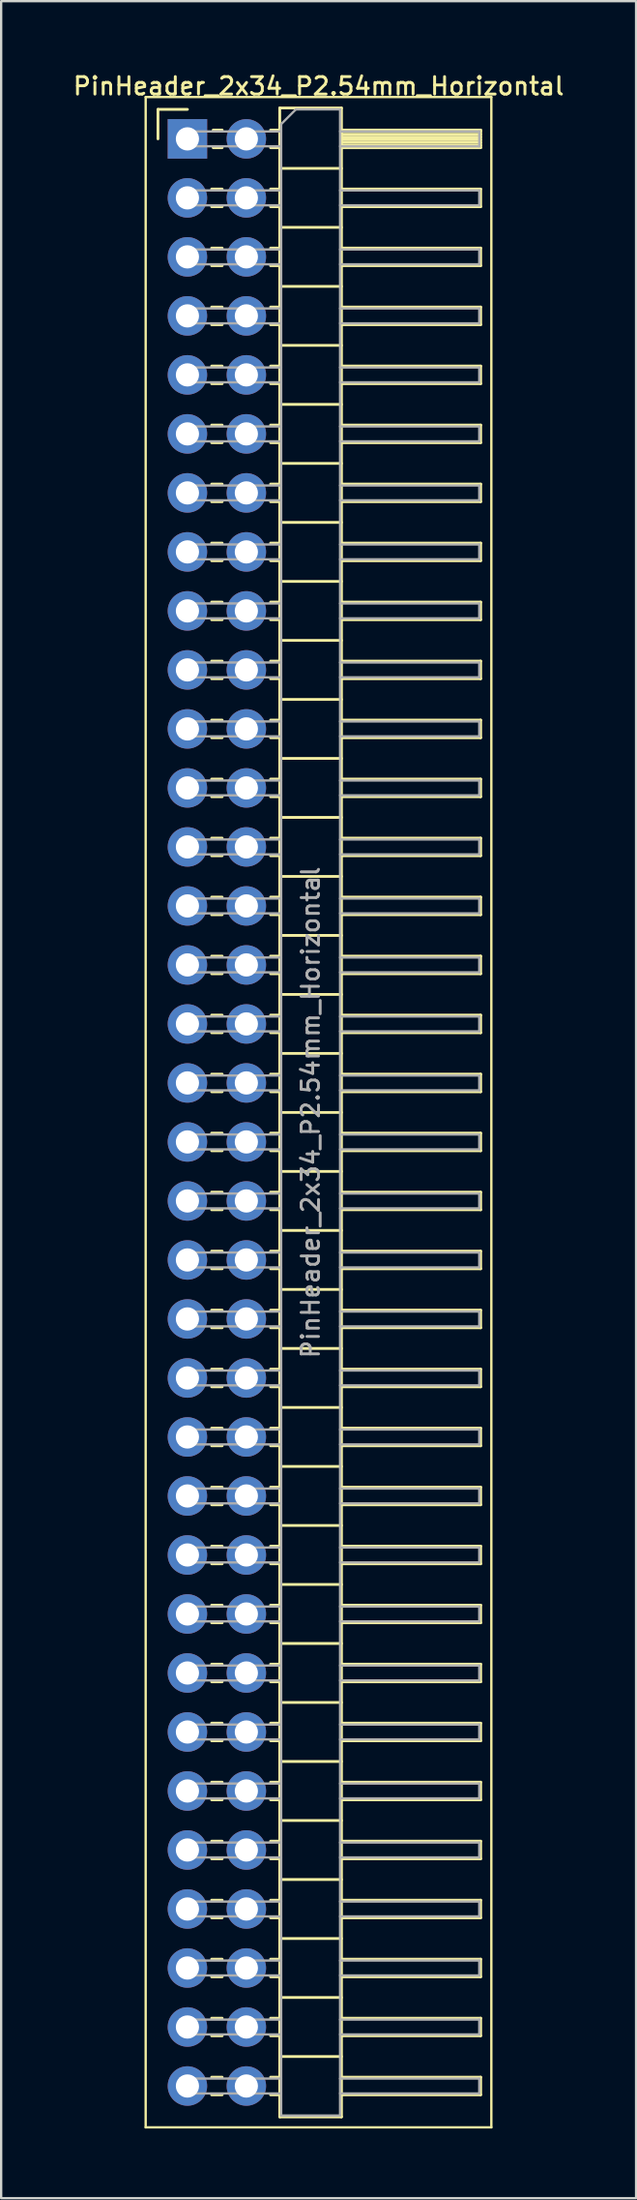
<source format=kicad_pcb>
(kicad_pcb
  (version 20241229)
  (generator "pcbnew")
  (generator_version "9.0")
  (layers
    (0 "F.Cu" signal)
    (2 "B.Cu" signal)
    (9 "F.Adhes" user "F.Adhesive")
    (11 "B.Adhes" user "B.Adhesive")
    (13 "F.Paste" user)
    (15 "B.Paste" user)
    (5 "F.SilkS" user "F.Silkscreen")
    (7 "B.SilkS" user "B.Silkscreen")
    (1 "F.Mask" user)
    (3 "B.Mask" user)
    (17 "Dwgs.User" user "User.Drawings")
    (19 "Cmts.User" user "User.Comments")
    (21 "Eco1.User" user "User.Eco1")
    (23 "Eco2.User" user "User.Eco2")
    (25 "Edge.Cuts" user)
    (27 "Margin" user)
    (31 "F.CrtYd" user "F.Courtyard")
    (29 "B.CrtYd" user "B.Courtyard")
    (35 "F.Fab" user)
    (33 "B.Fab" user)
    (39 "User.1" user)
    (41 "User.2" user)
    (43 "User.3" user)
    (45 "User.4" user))
  (footprint "PinHeader_2x34_P2.54mm_Horizontal"
    (layer "F.Cu")
    (at 5.029 2.928)
    (property "Reference" "PinHeader_2x34_P2.54mm_Horizontal" (at 5.655 -2.27 0) (layer "F.SilkS") (effects (font (size 0.75 0.75) (thickness 0.125))))
    (attr through_hole)
    (fp_line (start -1.8 -1.8) (end -1.8 85.6) (stroke (width 0.1) (type solid)) (layer "F.SilkS"))
    (fp_line (start -1.8 85.6) (end 13.1 85.6) (stroke (width 0.1) (type solid)) (layer "F.SilkS"))
    (fp_line (start -1.27 -1.27) (end 0 -1.27) (stroke (width 0.12) (type solid)) (layer "F.SilkS"))
    (fp_line (start -1.27 0) (end -1.27 -1.27) (stroke (width 0.12) (type solid)) (layer "F.SilkS"))
    (fp_line (start 1.043 2.16) (end 1.497 2.16) (stroke (width 0.12) (type solid)) (layer "F.SilkS"))
    (fp_line (start 1.043 2.92) (end 1.497 2.92) (stroke (width 0.12) (type solid)) (layer "F.SilkS"))
    (fp_line (start 1.043 4.7) (end 1.497 4.7) (stroke (width 0.12) (type solid)) (layer "F.SilkS"))
    (fp_line (start 1.043 5.46) (end 1.497 5.46) (stroke (width 0.12) (type solid)) (layer "F.SilkS"))
    (fp_line (start 1.043 7.24) (end 1.497 7.24) (stroke (width 0.12) (type solid)) (layer "F.SilkS"))
    (fp_line (start 1.043 8) (end 1.497 8) (stroke (width 0.12) (type solid)) (layer "F.SilkS"))
    (fp_line (start 1.043 9.78) (end 1.497 9.78) (stroke (width 0.12) (type solid)) (layer "F.SilkS"))
    (fp_line (start 1.043 10.54) (end 1.497 10.54) (stroke (width 0.12) (type solid)) (layer "F.SilkS"))
    (fp_line (start 1.043 12.32) (end 1.497 12.32) (stroke (width 0.12) (type solid)) (layer "F.SilkS"))
    (fp_line (start 1.043 13.08) (end 1.497 13.08) (stroke (width 0.12) (type solid)) (layer "F.SilkS"))
    (fp_line (start 1.043 14.86) (end 1.497 14.86) (stroke (width 0.12) (type solid)) (layer "F.SilkS"))
    (fp_line (start 1.043 15.62) (end 1.497 15.62) (stroke (width 0.12) (type solid)) (layer "F.SilkS"))
    (fp_line (start 1.043 17.4) (end 1.497 17.4) (stroke (width 0.12) (type solid)) (layer "F.SilkS"))
    (fp_line (start 1.043 18.16) (end 1.497 18.16) (stroke (width 0.12) (type solid)) (layer "F.SilkS"))
    (fp_line (start 1.043 19.94) (end 1.497 19.94) (stroke (width 0.12) (type solid)) (layer "F.SilkS"))
    (fp_line (start 1.043 20.7) (end 1.497 20.7) (stroke (width 0.12) (type solid)) (layer "F.SilkS"))
    (fp_line (start 1.043 22.48) (end 1.497 22.48) (stroke (width 0.12) (type solid)) (layer "F.SilkS"))
    (fp_line (start 1.043 23.24) (end 1.497 23.24) (stroke (width 0.12) (type solid)) (layer "F.SilkS"))
    (fp_line (start 1.043 25.02) (end 1.497 25.02) (stroke (width 0.12) (type solid)) (layer "F.SilkS"))
    (fp_line (start 1.043 25.78) (end 1.497 25.78) (stroke (width 0.12) (type solid)) (layer "F.SilkS"))
    (fp_line (start 1.043 27.56) (end 1.497 27.56) (stroke (width 0.12) (type solid)) (layer "F.SilkS"))
    (fp_line (start 1.043 28.32) (end 1.497 28.32) (stroke (width 0.12) (type solid)) (layer "F.SilkS"))
    (fp_line (start 1.043 30.1) (end 1.497 30.1) (stroke (width 0.12) (type solid)) (layer "F.SilkS"))
    (fp_line (start 1.043 30.86) (end 1.497 30.86) (stroke (width 0.12) (type solid)) (layer "F.SilkS"))
    (fp_line (start 1.043 32.64) (end 1.497 32.64) (stroke (width 0.12) (type solid)) (layer "F.SilkS"))
    (fp_line (start 1.043 33.4) (end 1.497 33.4) (stroke (width 0.12) (type solid)) (layer "F.SilkS"))
    (fp_line (start 1.043 35.18) (end 1.497 35.18) (stroke (width 0.12) (type solid)) (layer "F.SilkS"))
    (fp_line (start 1.043 35.94) (end 1.497 35.94) (stroke (width 0.12) (type solid)) (layer "F.SilkS"))
    (fp_line (start 1.043 37.72) (end 1.497 37.72) (stroke (width 0.12) (type solid)) (layer "F.SilkS"))
    (fp_line (start 1.043 38.48) (end 1.497 38.48) (stroke (width 0.12) (type solid)) (layer "F.SilkS"))
    (fp_line (start 1.043 40.26) (end 1.497 40.26) (stroke (width 0.12) (type solid)) (layer "F.SilkS"))
    (fp_line (start 1.043 41.02) (end 1.497 41.02) (stroke (width 0.12) (type solid)) (layer "F.SilkS"))
    (fp_line (start 1.043 42.8) (end 1.497 42.8) (stroke (width 0.12) (type solid)) (layer "F.SilkS"))
    (fp_line (start 1.043 43.56) (end 1.497 43.56) (stroke (width 0.12) (type solid)) (layer "F.SilkS"))
    (fp_line (start 1.043 45.34) (end 1.497 45.34) (stroke (width 0.12) (type solid)) (layer "F.SilkS"))
    (fp_line (start 1.043 46.1) (end 1.497 46.1) (stroke (width 0.12) (type solid)) (layer "F.SilkS"))
    (fp_line (start 1.043 47.88) (end 1.497 47.88) (stroke (width 0.12) (type solid)) (layer "F.SilkS"))
    (fp_line (start 1.043 48.64) (end 1.497 48.64) (stroke (width 0.12) (type solid)) (layer "F.SilkS"))
    (fp_line (start 1.043 50.42) (end 1.497 50.42) (stroke (width 0.12) (type solid)) (layer "F.SilkS"))
    (fp_line (start 1.043 51.18) (end 1.497 51.18) (stroke (width 0.12) (type solid)) (layer "F.SilkS"))
    (fp_line (start 1.043 52.96) (end 1.497 52.96) (stroke (width 0.12) (type solid)) (layer "F.SilkS"))
    (fp_line (start 1.043 53.72) (end 1.497 53.72) (stroke (width 0.12) (type solid)) (layer "F.SilkS"))
    (fp_line (start 1.043 55.5) (end 1.497 55.5) (stroke (width 0.12) (type solid)) (layer "F.SilkS"))
    (fp_line (start 1.043 56.26) (end 1.497 56.26) (stroke (width 0.12) (type solid)) (layer "F.SilkS"))
    (fp_line (start 1.043 58.04) (end 1.497 58.04) (stroke (width 0.12) (type solid)) (layer "F.SilkS"))
    (fp_line (start 1.043 58.8) (end 1.497 58.8) (stroke (width 0.12) (type solid)) (layer "F.SilkS"))
    (fp_line (start 1.043 60.58) (end 1.497 60.58) (stroke (width 0.12) (type solid)) (layer "F.SilkS"))
    (fp_line (start 1.043 61.34) (end 1.497 61.34) (stroke (width 0.12) (type solid)) (layer "F.SilkS"))
    (fp_line (start 1.043 63.12) (end 1.497 63.12) (stroke (width 0.12) (type solid)) (layer "F.SilkS"))
    (fp_line (start 1.043 63.88) (end 1.497 63.88) (stroke (width 0.12) (type solid)) (layer "F.SilkS"))
    (fp_line (start 1.043 65.66) (end 1.497 65.66) (stroke (width 0.12) (type solid)) (layer "F.SilkS"))
    (fp_line (start 1.043 66.42) (end 1.497 66.42) (stroke (width 0.12) (type solid)) (layer "F.SilkS"))
    (fp_line (start 1.043 68.2) (end 1.497 68.2) (stroke (width 0.12) (type solid)) (layer "F.SilkS"))
    (fp_line (start 1.043 68.96) (end 1.497 68.96) (stroke (width 0.12) (type solid)) (layer "F.SilkS"))
    (fp_line (start 1.043 70.74) (end 1.497 70.74) (stroke (width 0.12) (type solid)) (layer "F.SilkS"))
    (fp_line (start 1.043 71.5) (end 1.497 71.5) (stroke (width 0.12) (type solid)) (layer "F.SilkS"))
    (fp_line (start 1.043 73.28) (end 1.497 73.28) (stroke (width 0.12) (type solid)) (layer "F.SilkS"))
    (fp_line (start 1.043 74.04) (end 1.497 74.04) (stroke (width 0.12) (type solid)) (layer "F.SilkS"))
    (fp_line (start 1.043 75.82) (end 1.497 75.82) (stroke (width 0.12) (type solid)) (layer "F.SilkS"))
    (fp_line (start 1.043 76.58) (end 1.497 76.58) (stroke (width 0.12) (type solid)) (layer "F.SilkS"))
    (fp_line (start 1.043 78.36) (end 1.497 78.36) (stroke (width 0.12) (type solid)) (layer "F.SilkS"))
    (fp_line (start 1.043 79.12) (end 1.497 79.12) (stroke (width 0.12) (type solid)) (layer "F.SilkS"))
    (fp_line (start 1.043 80.9) (end 1.497 80.9) (stroke (width 0.12) (type solid)) (layer "F.SilkS"))
    (fp_line (start 1.043 81.66) (end 1.497 81.66) (stroke (width 0.12) (type solid)) (layer "F.SilkS"))
    (fp_line (start 1.043 83.44) (end 1.497 83.44) (stroke (width 0.12) (type solid)) (layer "F.SilkS"))
    (fp_line (start 1.043 84.2) (end 1.497 84.2) (stroke (width 0.12) (type solid)) (layer "F.SilkS"))
    (fp_line (start 1.11 -0.38) (end 1.497 -0.38) (stroke (width 0.12) (type solid)) (layer "F.SilkS"))
    (fp_line (start 1.11 0.38) (end 1.497 0.38) (stroke (width 0.12) (type solid)) (layer "F.SilkS"))
    (fp_line (start 3.583 -0.38) (end 3.98 -0.38) (stroke (width 0.12) (type solid)) (layer "F.SilkS"))
    (fp_line (start 3.583 0.38) (end 3.98 0.38) (stroke (width 0.12) (type solid)) (layer "F.SilkS"))
    (fp_line (start 3.583 2.16) (end 3.98 2.16) (stroke (width 0.12) (type solid)) (layer "F.SilkS"))
    (fp_line (start 3.583 2.92) (end 3.98 2.92) (stroke (width 0.12) (type solid)) (layer "F.SilkS"))
    (fp_line (start 3.583 4.7) (end 3.98 4.7) (stroke (width 0.12) (type solid)) (layer "F.SilkS"))
    (fp_line (start 3.583 5.46) (end 3.98 5.46) (stroke (width 0.12) (type solid)) (layer "F.SilkS"))
    (fp_line (start 3.583 7.24) (end 3.98 7.24) (stroke (width 0.12) (type solid)) (layer "F.SilkS"))
    (fp_line (start 3.583 8) (end 3.98 8) (stroke (width 0.12) (type solid)) (layer "F.SilkS"))
    (fp_line (start 3.583 9.78) (end 3.98 9.78) (stroke (width 0.12) (type solid)) (layer "F.SilkS"))
    (fp_line (start 3.583 10.54) (end 3.98 10.54) (stroke (width 0.12) (type solid)) (layer "F.SilkS"))
    (fp_line (start 3.583 12.32) (end 3.98 12.32) (stroke (width 0.12) (type solid)) (layer "F.SilkS"))
    (fp_line (start 3.583 13.08) (end 3.98 13.08) (stroke (width 0.12) (type solid)) (layer "F.SilkS"))
    (fp_line (start 3.583 14.86) (end 3.98 14.86) (stroke (width 0.12) (type solid)) (layer "F.SilkS"))
    (fp_line (start 3.583 15.62) (end 3.98 15.62) (stroke (width 0.12) (type solid)) (layer "F.SilkS"))
    (fp_line (start 3.583 17.4) (end 3.98 17.4) (stroke (width 0.12) (type solid)) (layer "F.SilkS"))
    (fp_line (start 3.583 18.16) (end 3.98 18.16) (stroke (width 0.12) (type solid)) (layer "F.SilkS"))
    (fp_line (start 3.583 19.94) (end 3.98 19.94) (stroke (width 0.12) (type solid)) (layer "F.SilkS"))
    (fp_line (start 3.583 20.7) (end 3.98 20.7) (stroke (width 0.12) (type solid)) (layer "F.SilkS"))
    (fp_line (start 3.583 22.48) (end 3.98 22.48) (stroke (width 0.12) (type solid)) (layer "F.SilkS"))
    (fp_line (start 3.583 23.24) (end 3.98 23.24) (stroke (width 0.12) (type solid)) (layer "F.SilkS"))
    (fp_line (start 3.583 25.02) (end 3.98 25.02) (stroke (width 0.12) (type solid)) (layer "F.SilkS"))
    (fp_line (start 3.583 25.78) (end 3.98 25.78) (stroke (width 0.12) (type solid)) (layer "F.SilkS"))
    (fp_line (start 3.583 27.56) (end 3.98 27.56) (stroke (width 0.12) (type solid)) (layer "F.SilkS"))
    (fp_line (start 3.583 28.32) (end 3.98 28.32) (stroke (width 0.12) (type solid)) (layer "F.SilkS"))
    (fp_line (start 3.583 30.1) (end 3.98 30.1) (stroke (width 0.12) (type solid)) (layer "F.SilkS"))
    (fp_line (start 3.583 30.86) (end 3.98 30.86) (stroke (width 0.12) (type solid)) (layer "F.SilkS"))
    (fp_line (start 3.583 32.64) (end 3.98 32.64) (stroke (width 0.12) (type solid)) (layer "F.SilkS"))
    (fp_line (start 3.583 33.4) (end 3.98 33.4) (stroke (width 0.12) (type solid)) (layer "F.SilkS"))
    (fp_line (start 3.583 35.18) (end 3.98 35.18) (stroke (width 0.12) (type solid)) (layer "F.SilkS"))
    (fp_line (start 3.583 35.94) (end 3.98 35.94) (stroke (width 0.12) (type solid)) (layer "F.SilkS"))
    (fp_line (start 3.583 37.72) (end 3.98 37.72) (stroke (width 0.12) (type solid)) (layer "F.SilkS"))
    (fp_line (start 3.583 38.48) (end 3.98 38.48) (stroke (width 0.12) (type solid)) (layer "F.SilkS"))
    (fp_line (start 3.583 40.26) (end 3.98 40.26) (stroke (width 0.12) (type solid)) (layer "F.SilkS"))
    (fp_line (start 3.583 41.02) (end 3.98 41.02) (stroke (width 0.12) (type solid)) (layer "F.SilkS"))
    (fp_line (start 3.583 42.8) (end 3.98 42.8) (stroke (width 0.12) (type solid)) (layer "F.SilkS"))
    (fp_line (start 3.583 43.56) (end 3.98 43.56) (stroke (width 0.12) (type solid)) (layer "F.SilkS"))
    (fp_line (start 3.583 45.34) (end 3.98 45.34) (stroke (width 0.12) (type solid)) (layer "F.SilkS"))
    (fp_line (start 3.583 46.1) (end 3.98 46.1) (stroke (width 0.12) (type solid)) (layer "F.SilkS"))
    (fp_line (start 3.583 47.88) (end 3.98 47.88) (stroke (width 0.12) (type solid)) (layer "F.SilkS"))
    (fp_line (start 3.583 48.64) (end 3.98 48.64) (stroke (width 0.12) (type solid)) (layer "F.SilkS"))
    (fp_line (start 3.583 50.42) (end 3.98 50.42) (stroke (width 0.12) (type solid)) (layer "F.SilkS"))
    (fp_line (start 3.583 51.18) (end 3.98 51.18) (stroke (width 0.12) (type solid)) (layer "F.SilkS"))
    (fp_line (start 3.583 52.96) (end 3.98 52.96) (stroke (width 0.12) (type solid)) (layer "F.SilkS"))
    (fp_line (start 3.583 53.72) (end 3.98 53.72) (stroke (width 0.12) (type solid)) (layer "F.SilkS"))
    (fp_line (start 3.583 55.5) (end 3.98 55.5) (stroke (width 0.12) (type solid)) (layer "F.SilkS"))
    (fp_line (start 3.583 56.26) (end 3.98 56.26) (stroke (width 0.12) (type solid)) (layer "F.SilkS"))
    (fp_line (start 3.583 58.04) (end 3.98 58.04) (stroke (width 0.12) (type solid)) (layer "F.SilkS"))
    (fp_line (start 3.583 58.8) (end 3.98 58.8) (stroke (width 0.12) (type solid)) (layer "F.SilkS"))
    (fp_line (start 3.583 60.58) (end 3.98 60.58) (stroke (width 0.12) (type solid)) (layer "F.SilkS"))
    (fp_line (start 3.583 61.34) (end 3.98 61.34) (stroke (width 0.12) (type solid)) (layer "F.SilkS"))
    (fp_line (start 3.583 63.12) (end 3.98 63.12) (stroke (width 0.12) (type solid)) (layer "F.SilkS"))
    (fp_line (start 3.583 63.88) (end 3.98 63.88) (stroke (width 0.12) (type solid)) (layer "F.SilkS"))
    (fp_line (start 3.583 65.66) (end 3.98 65.66) (stroke (width 0.12) (type solid)) (layer "F.SilkS"))
    (fp_line (start 3.583 66.42) (end 3.98 66.42) (stroke (width 0.12) (type solid)) (layer "F.SilkS"))
    (fp_line (start 3.583 68.2) (end 3.98 68.2) (stroke (width 0.12) (type solid)) (layer "F.SilkS"))
    (fp_line (start 3.583 68.96) (end 3.98 68.96) (stroke (width 0.12) (type solid)) (layer "F.SilkS"))
    (fp_line (start 3.583 70.74) (end 3.98 70.74) (stroke (width 0.12) (type solid)) (layer "F.SilkS"))
    (fp_line (start 3.583 71.5) (end 3.98 71.5) (stroke (width 0.12) (type solid)) (layer "F.SilkS"))
    (fp_line (start 3.583 73.28) (end 3.98 73.28) (stroke (width 0.12) (type solid)) (layer "F.SilkS"))
    (fp_line (start 3.583 74.04) (end 3.98 74.04) (stroke (width 0.12) (type solid)) (layer "F.SilkS"))
    (fp_line (start 3.583 75.82) (end 3.98 75.82) (stroke (width 0.12) (type solid)) (layer "F.SilkS"))
    (fp_line (start 3.583 76.58) (end 3.98 76.58) (stroke (width 0.12) (type solid)) (layer "F.SilkS"))
    (fp_line (start 3.583 78.36) (end 3.98 78.36) (stroke (width 0.12) (type solid)) (layer "F.SilkS"))
    (fp_line (start 3.583 79.12) (end 3.98 79.12) (stroke (width 0.12) (type solid)) (layer "F.SilkS"))
    (fp_line (start 3.583 80.9) (end 3.98 80.9) (stroke (width 0.12) (type solid)) (layer "F.SilkS"))
    (fp_line (start 3.583 81.66) (end 3.98 81.66) (stroke (width 0.12) (type solid)) (layer "F.SilkS"))
    (fp_line (start 3.583 83.44) (end 3.98 83.44) (stroke (width 0.12) (type solid)) (layer "F.SilkS"))
    (fp_line (start 3.583 84.2) (end 3.98 84.2) (stroke (width 0.12) (type solid)) (layer "F.SilkS"))
    (fp_line (start 3.98 -1.33) (end 3.98 85.15) (stroke (width 0.12) (type solid)) (layer "F.SilkS"))
    (fp_line (start 3.98 1.27) (end 6.64 1.27) (stroke (width 0.12) (type solid)) (layer "F.SilkS"))
    (fp_line (start 3.98 3.81) (end 6.64 3.81) (stroke (width 0.12) (type solid)) (layer "F.SilkS"))
    (fp_line (start 3.98 6.35) (end 6.64 6.35) (stroke (width 0.12) (type solid)) (layer "F.SilkS"))
    (fp_line (start 3.98 8.89) (end 6.64 8.89) (stroke (width 0.12) (type solid)) (layer "F.SilkS"))
    (fp_line (start 3.98 11.43) (end 6.64 11.43) (stroke (width 0.12) (type solid)) (layer "F.SilkS"))
    (fp_line (start 3.98 13.97) (end 6.64 13.97) (stroke (width 0.12) (type solid)) (layer "F.SilkS"))
    (fp_line (start 3.98 16.51) (end 6.64 16.51) (stroke (width 0.12) (type solid)) (layer "F.SilkS"))
    (fp_line (start 3.98 19.05) (end 6.64 19.05) (stroke (width 0.12) (type solid)) (layer "F.SilkS"))
    (fp_line (start 3.98 21.59) (end 6.64 21.59) (stroke (width 0.12) (type solid)) (layer "F.SilkS"))
    (fp_line (start 3.98 24.13) (end 6.64 24.13) (stroke (width 0.12) (type solid)) (layer "F.SilkS"))
    (fp_line (start 3.98 26.67) (end 6.64 26.67) (stroke (width 0.12) (type solid)) (layer "F.SilkS"))
    (fp_line (start 3.98 29.21) (end 6.64 29.21) (stroke (width 0.12) (type solid)) (layer "F.SilkS"))
    (fp_line (start 3.98 31.75) (end 6.64 31.75) (stroke (width 0.12) (type solid)) (layer "F.SilkS"))
    (fp_line (start 3.98 34.29) (end 6.64 34.29) (stroke (width 0.12) (type solid)) (layer "F.SilkS"))
    (fp_line (start 3.98 36.83) (end 6.64 36.83) (stroke (width 0.12) (type solid)) (layer "F.SilkS"))
    (fp_line (start 3.98 39.37) (end 6.64 39.37) (stroke (width 0.12) (type solid)) (layer "F.SilkS"))
    (fp_line (start 3.98 41.91) (end 6.64 41.91) (stroke (width 0.12) (type solid)) (layer "F.SilkS"))
    (fp_line (start 3.98 44.45) (end 6.64 44.45) (stroke (width 0.12) (type solid)) (layer "F.SilkS"))
    (fp_line (start 3.98 46.99) (end 6.64 46.99) (stroke (width 0.12) (type solid)) (layer "F.SilkS"))
    (fp_line (start 3.98 49.53) (end 6.64 49.53) (stroke (width 0.12) (type solid)) (layer "F.SilkS"))
    (fp_line (start 3.98 52.07) (end 6.64 52.07) (stroke (width 0.12) (type solid)) (layer "F.SilkS"))
    (fp_line (start 3.98 54.61) (end 6.64 54.61) (stroke (width 0.12) (type solid)) (layer "F.SilkS"))
    (fp_line (start 3.98 57.15) (end 6.64 57.15) (stroke (width 0.12) (type solid)) (layer "F.SilkS"))
    (fp_line (start 3.98 59.69) (end 6.64 59.69) (stroke (width 0.12) (type solid)) (layer "F.SilkS"))
    (fp_line (start 3.98 62.23) (end 6.64 62.23) (stroke (width 0.12) (type solid)) (layer "F.SilkS"))
    (fp_line (start 3.98 64.77) (end 6.64 64.77) (stroke (width 0.12) (type solid)) (layer "F.SilkS"))
    (fp_line (start 3.98 67.31) (end 6.64 67.31) (stroke (width 0.12) (type solid)) (layer "F.SilkS"))
    (fp_line (start 3.98 69.85) (end 6.64 69.85) (stroke (width 0.12) (type solid)) (layer "F.SilkS"))
    (fp_line (start 3.98 72.39) (end 6.64 72.39) (stroke (width 0.12) (type solid)) (layer "F.SilkS"))
    (fp_line (start 3.98 74.93) (end 6.64 74.93) (stroke (width 0.12) (type solid)) (layer "F.SilkS"))
    (fp_line (start 3.98 77.47) (end 6.64 77.47) (stroke (width 0.12) (type solid)) (layer "F.SilkS"))
    (fp_line (start 3.98 80.01) (end 6.64 80.01) (stroke (width 0.12) (type solid)) (layer "F.SilkS"))
    (fp_line (start 3.98 82.55) (end 6.64 82.55) (stroke (width 0.12) (type solid)) (layer "F.SilkS"))
    (fp_line (start 3.98 85.15) (end 6.64 85.15) (stroke (width 0.12) (type solid)) (layer "F.SilkS"))
    (fp_line (start 6.64 -1.33) (end 3.98 -1.33) (stroke (width 0.12) (type solid)) (layer "F.SilkS"))
    (fp_line (start 6.64 -0.38) (end 12.64 -0.38) (stroke (width 0.12) (type solid)) (layer "F.SilkS"))
    (fp_line (start 6.64 -0.32) (end 12.64 -0.32) (stroke (width 0.12) (type solid)) (layer "F.SilkS"))
    (fp_line (start 6.64 -0.2) (end 12.64 -0.2) (stroke (width 0.12) (type solid)) (layer "F.SilkS"))
    (fp_line (start 6.64 -0.08) (end 12.64 -0.08) (stroke (width 0.12) (type solid)) (layer "F.SilkS"))
    (fp_line (start 6.64 0.04) (end 12.64 0.04) (stroke (width 0.12) (type solid)) (layer "F.SilkS"))
    (fp_line (start 6.64 0.16) (end 12.64 0.16) (stroke (width 0.12) (type solid)) (layer "F.SilkS"))
    (fp_line (start 6.64 0.28) (end 12.64 0.28) (stroke (width 0.12) (type solid)) (layer "F.SilkS"))
    (fp_line (start 6.64 2.16) (end 12.64 2.16) (stroke (width 0.12) (type solid)) (layer "F.SilkS"))
    (fp_line (start 6.64 4.7) (end 12.64 4.7) (stroke (width 0.12) (type solid)) (layer "F.SilkS"))
    (fp_line (start 6.64 7.24) (end 12.64 7.24) (stroke (width 0.12) (type solid)) (layer "F.SilkS"))
    (fp_line (start 6.64 9.78) (end 12.64 9.78) (stroke (width 0.12) (type solid)) (layer "F.SilkS"))
    (fp_line (start 6.64 12.32) (end 12.64 12.32) (stroke (width 0.12) (type solid)) (layer "F.SilkS"))
    (fp_line (start 6.64 14.86) (end 12.64 14.86) (stroke (width 0.12) (type solid)) (layer "F.SilkS"))
    (fp_line (start 6.64 17.4) (end 12.64 17.4) (stroke (width 0.12) (type solid)) (layer "F.SilkS"))
    (fp_line (start 6.64 19.94) (end 12.64 19.94) (stroke (width 0.12) (type solid)) (layer "F.SilkS"))
    (fp_line (start 6.64 22.48) (end 12.64 22.48) (stroke (width 0.12) (type solid)) (layer "F.SilkS"))
    (fp_line (start 6.64 25.02) (end 12.64 25.02) (stroke (width 0.12) (type solid)) (layer "F.SilkS"))
    (fp_line (start 6.64 27.56) (end 12.64 27.56) (stroke (width 0.12) (type solid)) (layer "F.SilkS"))
    (fp_line (start 6.64 30.1) (end 12.64 30.1) (stroke (width 0.12) (type solid)) (layer "F.SilkS"))
    (fp_line (start 6.64 32.64) (end 12.64 32.64) (stroke (width 0.12) (type solid)) (layer "F.SilkS"))
    (fp_line (start 6.64 35.18) (end 12.64 35.18) (stroke (width 0.12) (type solid)) (layer "F.SilkS"))
    (fp_line (start 6.64 37.72) (end 12.64 37.72) (stroke (width 0.12) (type solid)) (layer "F.SilkS"))
    (fp_line (start 6.64 40.26) (end 12.64 40.26) (stroke (width 0.12) (type solid)) (layer "F.SilkS"))
    (fp_line (start 6.64 42.8) (end 12.64 42.8) (stroke (width 0.12) (type solid)) (layer "F.SilkS"))
    (fp_line (start 6.64 45.34) (end 12.64 45.34) (stroke (width 0.12) (type solid)) (layer "F.SilkS"))
    (fp_line (start 6.64 47.88) (end 12.64 47.88) (stroke (width 0.12) (type solid)) (layer "F.SilkS"))
    (fp_line (start 6.64 50.42) (end 12.64 50.42) (stroke (width 0.12) (type solid)) (layer "F.SilkS"))
    (fp_line (start 6.64 52.96) (end 12.64 52.96) (stroke (width 0.12) (type solid)) (layer "F.SilkS"))
    (fp_line (start 6.64 55.5) (end 12.64 55.5) (stroke (width 0.12) (type solid)) (layer "F.SilkS"))
    (fp_line (start 6.64 58.04) (end 12.64 58.04) (stroke (width 0.12) (type solid)) (layer "F.SilkS"))
    (fp_line (start 6.64 60.58) (end 12.64 60.58) (stroke (width 0.12) (type solid)) (layer "F.SilkS"))
    (fp_line (start 6.64 63.12) (end 12.64 63.12) (stroke (width 0.12) (type solid)) (layer "F.SilkS"))
    (fp_line (start 6.64 65.66) (end 12.64 65.66) (stroke (width 0.12) (type solid)) (layer "F.SilkS"))
    (fp_line (start 6.64 68.2) (end 12.64 68.2) (stroke (width 0.12) (type solid)) (layer "F.SilkS"))
    (fp_line (start 6.64 70.74) (end 12.64 70.74) (stroke (width 0.12) (type solid)) (layer "F.SilkS"))
    (fp_line (start 6.64 73.28) (end 12.64 73.28) (stroke (width 0.12) (type solid)) (layer "F.SilkS"))
    (fp_line (start 6.64 75.82) (end 12.64 75.82) (stroke (width 0.12) (type solid)) (layer "F.SilkS"))
    (fp_line (start 6.64 78.36) (end 12.64 78.36) (stroke (width 0.12) (type solid)) (layer "F.SilkS"))
    (fp_line (start 6.64 80.9) (end 12.64 80.9) (stroke (width 0.12) (type solid)) (layer "F.SilkS"))
    (fp_line (start 6.64 83.44) (end 12.64 83.44) (stroke (width 0.12) (type solid)) (layer "F.SilkS"))
    (fp_line (start 6.64 85.15) (end 6.64 -1.33) (stroke (width 0.12) (type solid)) (layer "F.SilkS"))
    (fp_line (start 12.64 -0.38) (end 12.64 0.38) (stroke (width 0.12) (type solid)) (layer "F.SilkS"))
    (fp_line (start 12.64 0.38) (end 6.64 0.38) (stroke (width 0.12) (type solid)) (layer "F.SilkS"))
    (fp_line (start 12.64 2.16) (end 12.64 2.92) (stroke (width 0.12) (type solid)) (layer "F.SilkS"))
    (fp_line (start 12.64 2.92) (end 6.64 2.92) (stroke (width 0.12) (type solid)) (layer "F.SilkS"))
    (fp_line (start 12.64 4.7) (end 12.64 5.46) (stroke (width 0.12) (type solid)) (layer "F.SilkS"))
    (fp_line (start 12.64 5.46) (end 6.64 5.46) (stroke (width 0.12) (type solid)) (layer "F.SilkS"))
    (fp_line (start 12.64 7.24) (end 12.64 8) (stroke (width 0.12) (type solid)) (layer "F.SilkS"))
    (fp_line (start 12.64 8) (end 6.64 8) (stroke (width 0.12) (type solid)) (layer "F.SilkS"))
    (fp_line (start 12.64 9.78) (end 12.64 10.54) (stroke (width 0.12) (type solid)) (layer "F.SilkS"))
    (fp_line (start 12.64 10.54) (end 6.64 10.54) (stroke (width 0.12) (type solid)) (layer "F.SilkS"))
    (fp_line (start 12.64 12.32) (end 12.64 13.08) (stroke (width 0.12) (type solid)) (layer "F.SilkS"))
    (fp_line (start 12.64 13.08) (end 6.64 13.08) (stroke (width 0.12) (type solid)) (layer "F.SilkS"))
    (fp_line (start 12.64 14.86) (end 12.64 15.62) (stroke (width 0.12) (type solid)) (layer "F.SilkS"))
    (fp_line (start 12.64 15.62) (end 6.64 15.62) (stroke (width 0.12) (type solid)) (layer "F.SilkS"))
    (fp_line (start 12.64 17.4) (end 12.64 18.16) (stroke (width 0.12) (type solid)) (layer "F.SilkS"))
    (fp_line (start 12.64 18.16) (end 6.64 18.16) (stroke (width 0.12) (type solid)) (layer "F.SilkS"))
    (fp_line (start 12.64 19.94) (end 12.64 20.7) (stroke (width 0.12) (type solid)) (layer "F.SilkS"))
    (fp_line (start 12.64 20.7) (end 6.64 20.7) (stroke (width 0.12) (type solid)) (layer "F.SilkS"))
    (fp_line (start 12.64 22.48) (end 12.64 23.24) (stroke (width 0.12) (type solid)) (layer "F.SilkS"))
    (fp_line (start 12.64 23.24) (end 6.64 23.24) (stroke (width 0.12) (type solid)) (layer "F.SilkS"))
    (fp_line (start 12.64 25.02) (end 12.64 25.78) (stroke (width 0.12) (type solid)) (layer "F.SilkS"))
    (fp_line (start 12.64 25.78) (end 6.64 25.78) (stroke (width 0.12) (type solid)) (layer "F.SilkS"))
    (fp_line (start 12.64 27.56) (end 12.64 28.32) (stroke (width 0.12) (type solid)) (layer "F.SilkS"))
    (fp_line (start 12.64 28.32) (end 6.64 28.32) (stroke (width 0.12) (type solid)) (layer "F.SilkS"))
    (fp_line (start 12.64 30.1) (end 12.64 30.86) (stroke (width 0.12) (type solid)) (layer "F.SilkS"))
    (fp_line (start 12.64 30.86) (end 6.64 30.86) (stroke (width 0.12) (type solid)) (layer "F.SilkS"))
    (fp_line (start 12.64 32.64) (end 12.64 33.4) (stroke (width 0.12) (type solid)) (layer "F.SilkS"))
    (fp_line (start 12.64 33.4) (end 6.64 33.4) (stroke (width 0.12) (type solid)) (layer "F.SilkS"))
    (fp_line (start 12.64 35.18) (end 12.64 35.94) (stroke (width 0.12) (type solid)) (layer "F.SilkS"))
    (fp_line (start 12.64 35.94) (end 6.64 35.94) (stroke (width 0.12) (type solid)) (layer "F.SilkS"))
    (fp_line (start 12.64 37.72) (end 12.64 38.48) (stroke (width 0.12) (type solid)) (layer "F.SilkS"))
    (fp_line (start 12.64 38.48) (end 6.64 38.48) (stroke (width 0.12) (type solid)) (layer "F.SilkS"))
    (fp_line (start 12.64 40.26) (end 12.64 41.02) (stroke (width 0.12) (type solid)) (layer "F.SilkS"))
    (fp_line (start 12.64 41.02) (end 6.64 41.02) (stroke (width 0.12) (type solid)) (layer "F.SilkS"))
    (fp_line (start 12.64 42.8) (end 12.64 43.56) (stroke (width 0.12) (type solid)) (layer "F.SilkS"))
    (fp_line (start 12.64 43.56) (end 6.64 43.56) (stroke (width 0.12) (type solid)) (layer "F.SilkS"))
    (fp_line (start 12.64 45.34) (end 12.64 46.1) (stroke (width 0.12) (type solid)) (layer "F.SilkS"))
    (fp_line (start 12.64 46.1) (end 6.64 46.1) (stroke (width 0.12) (type solid)) (layer "F.SilkS"))
    (fp_line (start 12.64 47.88) (end 12.64 48.64) (stroke (width 0.12) (type solid)) (layer "F.SilkS"))
    (fp_line (start 12.64 48.64) (end 6.64 48.64) (stroke (width 0.12) (type solid)) (layer "F.SilkS"))
    (fp_line (start 12.64 50.42) (end 12.64 51.18) (stroke (width 0.12) (type solid)) (layer "F.SilkS"))
    (fp_line (start 12.64 51.18) (end 6.64 51.18) (stroke (width 0.12) (type solid)) (layer "F.SilkS"))
    (fp_line (start 12.64 52.96) (end 12.64 53.72) (stroke (width 0.12) (type solid)) (layer "F.SilkS"))
    (fp_line (start 12.64 53.72) (end 6.64 53.72) (stroke (width 0.12) (type solid)) (layer "F.SilkS"))
    (fp_line (start 12.64 55.5) (end 12.64 56.26) (stroke (width 0.12) (type solid)) (layer "F.SilkS"))
    (fp_line (start 12.64 56.26) (end 6.64 56.26) (stroke (width 0.12) (type solid)) (layer "F.SilkS"))
    (fp_line (start 12.64 58.04) (end 12.64 58.8) (stroke (width 0.12) (type solid)) (layer "F.SilkS"))
    (fp_line (start 12.64 58.8) (end 6.64 58.8) (stroke (width 0.12) (type solid)) (layer "F.SilkS"))
    (fp_line (start 12.64 60.58) (end 12.64 61.34) (stroke (width 0.12) (type solid)) (layer "F.SilkS"))
    (fp_line (start 12.64 61.34) (end 6.64 61.34) (stroke (width 0.12) (type solid)) (layer "F.SilkS"))
    (fp_line (start 12.64 63.12) (end 12.64 63.88) (stroke (width 0.12) (type solid)) (layer "F.SilkS"))
    (fp_line (start 12.64 63.88) (end 6.64 63.88) (stroke (width 0.12) (type solid)) (layer "F.SilkS"))
    (fp_line (start 12.64 65.66) (end 12.64 66.42) (stroke (width 0.12) (type solid)) (layer "F.SilkS"))
    (fp_line (start 12.64 66.42) (end 6.64 66.42) (stroke (width 0.12) (type solid)) (layer "F.SilkS"))
    (fp_line (start 12.64 68.2) (end 12.64 68.96) (stroke (width 0.12) (type solid)) (layer "F.SilkS"))
    (fp_line (start 12.64 68.96) (end 6.64 68.96) (stroke (width 0.12) (type solid)) (layer "F.SilkS"))
    (fp_line (start 12.64 70.74) (end 12.64 71.5) (stroke (width 0.12) (type solid)) (layer "F.SilkS"))
    (fp_line (start 12.64 71.5) (end 6.64 71.5) (stroke (width 0.12) (type solid)) (layer "F.SilkS"))
    (fp_line (start 12.64 73.28) (end 12.64 74.04) (stroke (width 0.12) (type solid)) (layer "F.SilkS"))
    (fp_line (start 12.64 74.04) (end 6.64 74.04) (stroke (width 0.12) (type solid)) (layer "F.SilkS"))
    (fp_line (start 12.64 75.82) (end 12.64 76.58) (stroke (width 0.12) (type solid)) (layer "F.SilkS"))
    (fp_line (start 12.64 76.58) (end 6.64 76.58) (stroke (width 0.12) (type solid)) (layer "F.SilkS"))
    (fp_line (start 12.64 78.36) (end 12.64 79.12) (stroke (width 0.12) (type solid)) (layer "F.SilkS"))
    (fp_line (start 12.64 79.12) (end 6.64 79.12) (stroke (width 0.12) (type solid)) (layer "F.SilkS"))
    (fp_line (start 12.64 80.9) (end 12.64 81.66) (stroke (width 0.12) (type solid)) (layer "F.SilkS"))
    (fp_line (start 12.64 81.66) (end 6.64 81.66) (stroke (width 0.12) (type solid)) (layer "F.SilkS"))
    (fp_line (start 12.64 83.44) (end 12.64 84.2) (stroke (width 0.12) (type solid)) (layer "F.SilkS"))
    (fp_line (start 12.64 84.2) (end 6.64 84.2) (stroke (width 0.12) (type solid)) (layer "F.SilkS"))
    (fp_line (start 13.1 -1.8) (end -1.8 -1.8) (stroke (width 0.1) (type solid)) (layer "F.SilkS"))
    (fp_line (start 13.1 85.6) (end 13.1 -1.8) (stroke (width 0.1) (type solid)) (layer "F.SilkS"))
    (fp_line (start -0.32 -0.32) (end -0.32 0.32) (stroke (width 0.1) (type solid)) (layer "F.Fab"))
    (fp_line (start -0.32 -0.32) (end 4.04 -0.32) (stroke (width 0.1) (type solid)) (layer "F.Fab"))
    (fp_line (start -0.32 0.32) (end 4.04 0.32) (stroke (width 0.1) (type solid)) (layer "F.Fab"))
    (fp_line (start -0.32 2.22) (end -0.32 2.86) (stroke (width 0.1) (type solid)) (layer "F.Fab"))
    (fp_line (start -0.32 2.22) (end 4.04 2.22) (stroke (width 0.1) (type solid)) (layer "F.Fab"))
    (fp_line (start -0.32 2.86) (end 4.04 2.86) (stroke (width 0.1) (type solid)) (layer "F.Fab"))
    (fp_line (start -0.32 4.76) (end -0.32 5.4) (stroke (width 0.1) (type solid)) (layer "F.Fab"))
    (fp_line (start -0.32 4.76) (end 4.04 4.76) (stroke (width 0.1) (type solid)) (layer "F.Fab"))
    (fp_line (start -0.32 5.4) (end 4.04 5.4) (stroke (width 0.1) (type solid)) (layer "F.Fab"))
    (fp_line (start -0.32 7.3) (end -0.32 7.94) (stroke (width 0.1) (type solid)) (layer "F.Fab"))
    (fp_line (start -0.32 7.3) (end 4.04 7.3) (stroke (width 0.1) (type solid)) (layer "F.Fab"))
    (fp_line (start -0.32 7.94) (end 4.04 7.94) (stroke (width 0.1) (type solid)) (layer "F.Fab"))
    (fp_line (start -0.32 9.84) (end -0.32 10.48) (stroke (width 0.1) (type solid)) (layer "F.Fab"))
    (fp_line (start -0.32 9.84) (end 4.04 9.84) (stroke (width 0.1) (type solid)) (layer "F.Fab"))
    (fp_line (start -0.32 10.48) (end 4.04 10.48) (stroke (width 0.1) (type solid)) (layer "F.Fab"))
    (fp_line (start -0.32 12.38) (end -0.32 13.02) (stroke (width 0.1) (type solid)) (layer "F.Fab"))
    (fp_line (start -0.32 12.38) (end 4.04 12.38) (stroke (width 0.1) (type solid)) (layer "F.Fab"))
    (fp_line (start -0.32 13.02) (end 4.04 13.02) (stroke (width 0.1) (type solid)) (layer "F.Fab"))
    (fp_line (start -0.32 14.92) (end -0.32 15.56) (stroke (width 0.1) (type solid)) (layer "F.Fab"))
    (fp_line (start -0.32 14.92) (end 4.04 14.92) (stroke (width 0.1) (type solid)) (layer "F.Fab"))
    (fp_line (start -0.32 15.56) (end 4.04 15.56) (stroke (width 0.1) (type solid)) (layer "F.Fab"))
    (fp_line (start -0.32 17.46) (end -0.32 18.1) (stroke (width 0.1) (type solid)) (layer "F.Fab"))
    (fp_line (start -0.32 17.46) (end 4.04 17.46) (stroke (width 0.1) (type solid)) (layer "F.Fab"))
    (fp_line (start -0.32 18.1) (end 4.04 18.1) (stroke (width 0.1) (type solid)) (layer "F.Fab"))
    (fp_line (start -0.32 20) (end -0.32 20.64) (stroke (width 0.1) (type solid)) (layer "F.Fab"))
    (fp_line (start -0.32 20) (end 4.04 20) (stroke (width 0.1) (type solid)) (layer "F.Fab"))
    (fp_line (start -0.32 20.64) (end 4.04 20.64) (stroke (width 0.1) (type solid)) (layer "F.Fab"))
    (fp_line (start -0.32 22.54) (end -0.32 23.18) (stroke (width 0.1) (type solid)) (layer "F.Fab"))
    (fp_line (start -0.32 22.54) (end 4.04 22.54) (stroke (width 0.1) (type solid)) (layer "F.Fab"))
    (fp_line (start -0.32 23.18) (end 4.04 23.18) (stroke (width 0.1) (type solid)) (layer "F.Fab"))
    (fp_line (start -0.32 25.08) (end -0.32 25.72) (stroke (width 0.1) (type solid)) (layer "F.Fab"))
    (fp_line (start -0.32 25.08) (end 4.04 25.08) (stroke (width 0.1) (type solid)) (layer "F.Fab"))
    (fp_line (start -0.32 25.72) (end 4.04 25.72) (stroke (width 0.1) (type solid)) (layer "F.Fab"))
    (fp_line (start -0.32 27.62) (end -0.32 28.26) (stroke (width 0.1) (type solid)) (layer "F.Fab"))
    (fp_line (start -0.32 27.62) (end 4.04 27.62) (stroke (width 0.1) (type solid)) (layer "F.Fab"))
    (fp_line (start -0.32 28.26) (end 4.04 28.26) (stroke (width 0.1) (type solid)) (layer "F.Fab"))
    (fp_line (start -0.32 30.16) (end -0.32 30.8) (stroke (width 0.1) (type solid)) (layer "F.Fab"))
    (fp_line (start -0.32 30.16) (end 4.04 30.16) (stroke (width 0.1) (type solid)) (layer "F.Fab"))
    (fp_line (start -0.32 30.8) (end 4.04 30.8) (stroke (width 0.1) (type solid)) (layer "F.Fab"))
    (fp_line (start -0.32 32.7) (end -0.32 33.34) (stroke (width 0.1) (type solid)) (layer "F.Fab"))
    (fp_line (start -0.32 32.7) (end 4.04 32.7) (stroke (width 0.1) (type solid)) (layer "F.Fab"))
    (fp_line (start -0.32 33.34) (end 4.04 33.34) (stroke (width 0.1) (type solid)) (layer "F.Fab"))
    (fp_line (start -0.32 35.24) (end -0.32 35.88) (stroke (width 0.1) (type solid)) (layer "F.Fab"))
    (fp_line (start -0.32 35.24) (end 4.04 35.24) (stroke (width 0.1) (type solid)) (layer "F.Fab"))
    (fp_line (start -0.32 35.88) (end 4.04 35.88) (stroke (width 0.1) (type solid)) (layer "F.Fab"))
    (fp_line (start -0.32 37.78) (end -0.32 38.42) (stroke (width 0.1) (type solid)) (layer "F.Fab"))
    (fp_line (start -0.32 37.78) (end 4.04 37.78) (stroke (width 0.1) (type solid)) (layer "F.Fab"))
    (fp_line (start -0.32 38.42) (end 4.04 38.42) (stroke (width 0.1) (type solid)) (layer "F.Fab"))
    (fp_line (start -0.32 40.32) (end -0.32 40.96) (stroke (width 0.1) (type solid)) (layer "F.Fab"))
    (fp_line (start -0.32 40.32) (end 4.04 40.32) (stroke (width 0.1) (type solid)) (layer "F.Fab"))
    (fp_line (start -0.32 40.96) (end 4.04 40.96) (stroke (width 0.1) (type solid)) (layer "F.Fab"))
    (fp_line (start -0.32 42.86) (end -0.32 43.5) (stroke (width 0.1) (type solid)) (layer "F.Fab"))
    (fp_line (start -0.32 42.86) (end 4.04 42.86) (stroke (width 0.1) (type solid)) (layer "F.Fab"))
    (fp_line (start -0.32 43.5) (end 4.04 43.5) (stroke (width 0.1) (type solid)) (layer "F.Fab"))
    (fp_line (start -0.32 45.4) (end -0.32 46.04) (stroke (width 0.1) (type solid)) (layer "F.Fab"))
    (fp_line (start -0.32 45.4) (end 4.04 45.4) (stroke (width 0.1) (type solid)) (layer "F.Fab"))
    (fp_line (start -0.32 46.04) (end 4.04 46.04) (stroke (width 0.1) (type solid)) (layer "F.Fab"))
    (fp_line (start -0.32 47.94) (end -0.32 48.58) (stroke (width 0.1) (type solid)) (layer "F.Fab"))
    (fp_line (start -0.32 47.94) (end 4.04 47.94) (stroke (width 0.1) (type solid)) (layer "F.Fab"))
    (fp_line (start -0.32 48.58) (end 4.04 48.58) (stroke (width 0.1) (type solid)) (layer "F.Fab"))
    (fp_line (start -0.32 50.48) (end -0.32 51.12) (stroke (width 0.1) (type solid)) (layer "F.Fab"))
    (fp_line (start -0.32 50.48) (end 4.04 50.48) (stroke (width 0.1) (type solid)) (layer "F.Fab"))
    (fp_line (start -0.32 51.12) (end 4.04 51.12) (stroke (width 0.1) (type solid)) (layer "F.Fab"))
    (fp_line (start -0.32 53.02) (end -0.32 53.66) (stroke (width 0.1) (type solid)) (layer "F.Fab"))
    (fp_line (start -0.32 53.02) (end 4.04 53.02) (stroke (width 0.1) (type solid)) (layer "F.Fab"))
    (fp_line (start -0.32 53.66) (end 4.04 53.66) (stroke (width 0.1) (type solid)) (layer "F.Fab"))
    (fp_line (start -0.32 55.56) (end -0.32 56.2) (stroke (width 0.1) (type solid)) (layer "F.Fab"))
    (fp_line (start -0.32 55.56) (end 4.04 55.56) (stroke (width 0.1) (type solid)) (layer "F.Fab"))
    (fp_line (start -0.32 56.2) (end 4.04 56.2) (stroke (width 0.1) (type solid)) (layer "F.Fab"))
    (fp_line (start -0.32 58.1) (end -0.32 58.74) (stroke (width 0.1) (type solid)) (layer "F.Fab"))
    (fp_line (start -0.32 58.1) (end 4.04 58.1) (stroke (width 0.1) (type solid)) (layer "F.Fab"))
    (fp_line (start -0.32 58.74) (end 4.04 58.74) (stroke (width 0.1) (type solid)) (layer "F.Fab"))
    (fp_line (start -0.32 60.64) (end -0.32 61.28) (stroke (width 0.1) (type solid)) (layer "F.Fab"))
    (fp_line (start -0.32 60.64) (end 4.04 60.64) (stroke (width 0.1) (type solid)) (layer "F.Fab"))
    (fp_line (start -0.32 61.28) (end 4.04 61.28) (stroke (width 0.1) (type solid)) (layer "F.Fab"))
    (fp_line (start -0.32 63.18) (end -0.32 63.82) (stroke (width 0.1) (type solid)) (layer "F.Fab"))
    (fp_line (start -0.32 63.18) (end 4.04 63.18) (stroke (width 0.1) (type solid)) (layer "F.Fab"))
    (fp_line (start -0.32 63.82) (end 4.04 63.82) (stroke (width 0.1) (type solid)) (layer "F.Fab"))
    (fp_line (start -0.32 65.72) (end -0.32 66.36) (stroke (width 0.1) (type solid)) (layer "F.Fab"))
    (fp_line (start -0.32 65.72) (end 4.04 65.72) (stroke (width 0.1) (type solid)) (layer "F.Fab"))
    (fp_line (start -0.32 66.36) (end 4.04 66.36) (stroke (width 0.1) (type solid)) (layer "F.Fab"))
    (fp_line (start -0.32 68.26) (end -0.32 68.9) (stroke (width 0.1) (type solid)) (layer "F.Fab"))
    (fp_line (start -0.32 68.26) (end 4.04 68.26) (stroke (width 0.1) (type solid)) (layer "F.Fab"))
    (fp_line (start -0.32 68.9) (end 4.04 68.9) (stroke (width 0.1) (type solid)) (layer "F.Fab"))
    (fp_line (start -0.32 70.8) (end -0.32 71.44) (stroke (width 0.1) (type solid)) (layer "F.Fab"))
    (fp_line (start -0.32 70.8) (end 4.04 70.8) (stroke (width 0.1) (type solid)) (layer "F.Fab"))
    (fp_line (start -0.32 71.44) (end 4.04 71.44) (stroke (width 0.1) (type solid)) (layer "F.Fab"))
    (fp_line (start -0.32 73.34) (end -0.32 73.98) (stroke (width 0.1) (type solid)) (layer "F.Fab"))
    (fp_line (start -0.32 73.34) (end 4.04 73.34) (stroke (width 0.1) (type solid)) (layer "F.Fab"))
    (fp_line (start -0.32 73.98) (end 4.04 73.98) (stroke (width 0.1) (type solid)) (layer "F.Fab"))
    (fp_line (start -0.32 75.88) (end -0.32 76.52) (stroke (width 0.1) (type solid)) (layer "F.Fab"))
    (fp_line (start -0.32 75.88) (end 4.04 75.88) (stroke (width 0.1) (type solid)) (layer "F.Fab"))
    (fp_line (start -0.32 76.52) (end 4.04 76.52) (stroke (width 0.1) (type solid)) (layer "F.Fab"))
    (fp_line (start -0.32 78.42) (end -0.32 79.06) (stroke (width 0.1) (type solid)) (layer "F.Fab"))
    (fp_line (start -0.32 78.42) (end 4.04 78.42) (stroke (width 0.1) (type solid)) (layer "F.Fab"))
    (fp_line (start -0.32 79.06) (end 4.04 79.06) (stroke (width 0.1) (type solid)) (layer "F.Fab"))
    (fp_line (start -0.32 80.96) (end -0.32 81.6) (stroke (width 0.1) (type solid)) (layer "F.Fab"))
    (fp_line (start -0.32 80.96) (end 4.04 80.96) (stroke (width 0.1) (type solid)) (layer "F.Fab"))
    (fp_line (start -0.32 81.6) (end 4.04 81.6) (stroke (width 0.1) (type solid)) (layer "F.Fab"))
    (fp_line (start -0.32 83.5) (end -0.32 84.14) (stroke (width 0.1) (type solid)) (layer "F.Fab"))
    (fp_line (start -0.32 83.5) (end 4.04 83.5) (stroke (width 0.1) (type solid)) (layer "F.Fab"))
    (fp_line (start -0.32 84.14) (end 4.04 84.14) (stroke (width 0.1) (type solid)) (layer "F.Fab"))
    (fp_line (start 4.04 -0.635) (end 4.675 -1.27) (stroke (width 0.1) (type solid)) (layer "F.Fab"))
    (fp_line (start 4.04 85.09) (end 4.04 -0.635) (stroke (width 0.1) (type solid)) (layer "F.Fab"))
    (fp_line (start 4.675 -1.27) (end 6.58 -1.27) (stroke (width 0.1) (type solid)) (layer "F.Fab"))
    (fp_line (start 6.58 -1.27) (end 6.58 85.09) (stroke (width 0.1) (type solid)) (layer "F.Fab"))
    (fp_line (start 6.58 -0.32) (end 12.58 -0.32) (stroke (width 0.1) (type solid)) (layer "F.Fab"))
    (fp_line (start 6.58 0.32) (end 12.58 0.32) (stroke (width 0.1) (type solid)) (layer "F.Fab"))
    (fp_line (start 6.58 2.22) (end 12.58 2.22) (stroke (width 0.1) (type solid)) (layer "F.Fab"))
    (fp_line (start 6.58 2.86) (end 12.58 2.86) (stroke (width 0.1) (type solid)) (layer "F.Fab"))
    (fp_line (start 6.58 4.76) (end 12.58 4.76) (stroke (width 0.1) (type solid)) (layer "F.Fab"))
    (fp_line (start 6.58 5.4) (end 12.58 5.4) (stroke (width 0.1) (type solid)) (layer "F.Fab"))
    (fp_line (start 6.58 7.3) (end 12.58 7.3) (stroke (width 0.1) (type solid)) (layer "F.Fab"))
    (fp_line (start 6.58 7.94) (end 12.58 7.94) (stroke (width 0.1) (type solid)) (layer "F.Fab"))
    (fp_line (start 6.58 9.84) (end 12.58 9.84) (stroke (width 0.1) (type solid)) (layer "F.Fab"))
    (fp_line (start 6.58 10.48) (end 12.58 10.48) (stroke (width 0.1) (type solid)) (layer "F.Fab"))
    (fp_line (start 6.58 12.38) (end 12.58 12.38) (stroke (width 0.1) (type solid)) (layer "F.Fab"))
    (fp_line (start 6.58 13.02) (end 12.58 13.02) (stroke (width 0.1) (type solid)) (layer "F.Fab"))
    (fp_line (start 6.58 14.92) (end 12.58 14.92) (stroke (width 0.1) (type solid)) (layer "F.Fab"))
    (fp_line (start 6.58 15.56) (end 12.58 15.56) (stroke (width 0.1) (type solid)) (layer "F.Fab"))
    (fp_line (start 6.58 17.46) (end 12.58 17.46) (stroke (width 0.1) (type solid)) (layer "F.Fab"))
    (fp_line (start 6.58 18.1) (end 12.58 18.1) (stroke (width 0.1) (type solid)) (layer "F.Fab"))
    (fp_line (start 6.58 20) (end 12.58 20) (stroke (width 0.1) (type solid)) (layer "F.Fab"))
    (fp_line (start 6.58 20.64) (end 12.58 20.64) (stroke (width 0.1) (type solid)) (layer "F.Fab"))
    (fp_line (start 6.58 22.54) (end 12.58 22.54) (stroke (width 0.1) (type solid)) (layer "F.Fab"))
    (fp_line (start 6.58 23.18) (end 12.58 23.18) (stroke (width 0.1) (type solid)) (layer "F.Fab"))
    (fp_line (start 6.58 25.08) (end 12.58 25.08) (stroke (width 0.1) (type solid)) (layer "F.Fab"))
    (fp_line (start 6.58 25.72) (end 12.58 25.72) (stroke (width 0.1) (type solid)) (layer "F.Fab"))
    (fp_line (start 6.58 27.62) (end 12.58 27.62) (stroke (width 0.1) (type solid)) (layer "F.Fab"))
    (fp_line (start 6.58 28.26) (end 12.58 28.26) (stroke (width 0.1) (type solid)) (layer "F.Fab"))
    (fp_line (start 6.58 30.16) (end 12.58 30.16) (stroke (width 0.1) (type solid)) (layer "F.Fab"))
    (fp_line (start 6.58 30.8) (end 12.58 30.8) (stroke (width 0.1) (type solid)) (layer "F.Fab"))
    (fp_line (start 6.58 32.7) (end 12.58 32.7) (stroke (width 0.1) (type solid)) (layer "F.Fab"))
    (fp_line (start 6.58 33.34) (end 12.58 33.34) (stroke (width 0.1) (type solid)) (layer "F.Fab"))
    (fp_line (start 6.58 35.24) (end 12.58 35.24) (stroke (width 0.1) (type solid)) (layer "F.Fab"))
    (fp_line (start 6.58 35.88) (end 12.58 35.88) (stroke (width 0.1) (type solid)) (layer "F.Fab"))
    (fp_line (start 6.58 37.78) (end 12.58 37.78) (stroke (width 0.1) (type solid)) (layer "F.Fab"))
    (fp_line (start 6.58 38.42) (end 12.58 38.42) (stroke (width 0.1) (type solid)) (layer "F.Fab"))
    (fp_line (start 6.58 40.32) (end 12.58 40.32) (stroke (width 0.1) (type solid)) (layer "F.Fab"))
    (fp_line (start 6.58 40.96) (end 12.58 40.96) (stroke (width 0.1) (type solid)) (layer "F.Fab"))
    (fp_line (start 6.58 42.86) (end 12.58 42.86) (stroke (width 0.1) (type solid)) (layer "F.Fab"))
    (fp_line (start 6.58 43.5) (end 12.58 43.5) (stroke (width 0.1) (type solid)) (layer "F.Fab"))
    (fp_line (start 6.58 45.4) (end 12.58 45.4) (stroke (width 0.1) (type solid)) (layer "F.Fab"))
    (fp_line (start 6.58 46.04) (end 12.58 46.04) (stroke (width 0.1) (type solid)) (layer "F.Fab"))
    (fp_line (start 6.58 47.94) (end 12.58 47.94) (stroke (width 0.1) (type solid)) (layer "F.Fab"))
    (fp_line (start 6.58 48.58) (end 12.58 48.58) (stroke (width 0.1) (type solid)) (layer "F.Fab"))
    (fp_line (start 6.58 50.48) (end 12.58 50.48) (stroke (width 0.1) (type solid)) (layer "F.Fab"))
    (fp_line (start 6.58 51.12) (end 12.58 51.12) (stroke (width 0.1) (type solid)) (layer "F.Fab"))
    (fp_line (start 6.58 53.02) (end 12.58 53.02) (stroke (width 0.1) (type solid)) (layer "F.Fab"))
    (fp_line (start 6.58 53.66) (end 12.58 53.66) (stroke (width 0.1) (type solid)) (layer "F.Fab"))
    (fp_line (start 6.58 55.56) (end 12.58 55.56) (stroke (width 0.1) (type solid)) (layer "F.Fab"))
    (fp_line (start 6.58 56.2) (end 12.58 56.2) (stroke (width 0.1) (type solid)) (layer "F.Fab"))
    (fp_line (start 6.58 58.1) (end 12.58 58.1) (stroke (width 0.1) (type solid)) (layer "F.Fab"))
    (fp_line (start 6.58 58.74) (end 12.58 58.74) (stroke (width 0.1) (type solid)) (layer "F.Fab"))
    (fp_line (start 6.58 60.64) (end 12.58 60.64) (stroke (width 0.1) (type solid)) (layer "F.Fab"))
    (fp_line (start 6.58 61.28) (end 12.58 61.28) (stroke (width 0.1) (type solid)) (layer "F.Fab"))
    (fp_line (start 6.58 63.18) (end 12.58 63.18) (stroke (width 0.1) (type solid)) (layer "F.Fab"))
    (fp_line (start 6.58 63.82) (end 12.58 63.82) (stroke (width 0.1) (type solid)) (layer "F.Fab"))
    (fp_line (start 6.58 65.72) (end 12.58 65.72) (stroke (width 0.1) (type solid)) (layer "F.Fab"))
    (fp_line (start 6.58 66.36) (end 12.58 66.36) (stroke (width 0.1) (type solid)) (layer "F.Fab"))
    (fp_line (start 6.58 68.26) (end 12.58 68.26) (stroke (width 0.1) (type solid)) (layer "F.Fab"))
    (fp_line (start 6.58 68.9) (end 12.58 68.9) (stroke (width 0.1) (type solid)) (layer "F.Fab"))
    (fp_line (start 6.58 70.8) (end 12.58 70.8) (stroke (width 0.1) (type solid)) (layer "F.Fab"))
    (fp_line (start 6.58 71.44) (end 12.58 71.44) (stroke (width 0.1) (type solid)) (layer "F.Fab"))
    (fp_line (start 6.58 73.34) (end 12.58 73.34) (stroke (width 0.1) (type solid)) (layer "F.Fab"))
    (fp_line (start 6.58 73.98) (end 12.58 73.98) (stroke (width 0.1) (type solid)) (layer "F.Fab"))
    (fp_line (start 6.58 75.88) (end 12.58 75.88) (stroke (width 0.1) (type solid)) (layer "F.Fab"))
    (fp_line (start 6.58 76.52) (end 12.58 76.52) (stroke (width 0.1) (type solid)) (layer "F.Fab"))
    (fp_line (start 6.58 78.42) (end 12.58 78.42) (stroke (width 0.1) (type solid)) (layer "F.Fab"))
    (fp_line (start 6.58 79.06) (end 12.58 79.06) (stroke (width 0.1) (type solid)) (layer "F.Fab"))
    (fp_line (start 6.58 80.96) (end 12.58 80.96) (stroke (width 0.1) (type solid)) (layer "F.Fab"))
    (fp_line (start 6.58 81.6) (end 12.58 81.6) (stroke (width 0.1) (type solid)) (layer "F.Fab"))
    (fp_line (start 6.58 83.5) (end 12.58 83.5) (stroke (width 0.1) (type solid)) (layer "F.Fab"))
    (fp_line (start 6.58 84.14) (end 12.58 84.14) (stroke (width 0.1) (type solid)) (layer "F.Fab"))
    (fp_line (start 6.58 85.09) (end 4.04 85.09) (stroke (width 0.1) (type solid)) (layer "F.Fab"))
    (fp_line (start 12.58 -0.32) (end 12.58 0.32) (stroke (width 0.1) (type solid)) (layer "F.Fab"))
    (fp_line (start 12.58 2.22) (end 12.58 2.86) (stroke (width 0.1) (type solid)) (layer "F.Fab"))
    (fp_line (start 12.58 4.76) (end 12.58 5.4) (stroke (width 0.1) (type solid)) (layer "F.Fab"))
    (fp_line (start 12.58 7.3) (end 12.58 7.94) (stroke (width 0.1) (type solid)) (layer "F.Fab"))
    (fp_line (start 12.58 9.84) (end 12.58 10.48) (stroke (width 0.1) (type solid)) (layer "F.Fab"))
    (fp_line (start 12.58 12.38) (end 12.58 13.02) (stroke (width 0.1) (type solid)) (layer "F.Fab"))
    (fp_line (start 12.58 14.92) (end 12.58 15.56) (stroke (width 0.1) (type solid)) (layer "F.Fab"))
    (fp_line (start 12.58 17.46) (end 12.58 18.1) (stroke (width 0.1) (type solid)) (layer "F.Fab"))
    (fp_line (start 12.58 20) (end 12.58 20.64) (stroke (width 0.1) (type solid)) (layer "F.Fab"))
    (fp_line (start 12.58 22.54) (end 12.58 23.18) (stroke (width 0.1) (type solid)) (layer "F.Fab"))
    (fp_line (start 12.58 25.08) (end 12.58 25.72) (stroke (width 0.1) (type solid)) (layer "F.Fab"))
    (fp_line (start 12.58 27.62) (end 12.58 28.26) (stroke (width 0.1) (type solid)) (layer "F.Fab"))
    (fp_line (start 12.58 30.16) (end 12.58 30.8) (stroke (width 0.1) (type solid)) (layer "F.Fab"))
    (fp_line (start 12.58 32.7) (end 12.58 33.34) (stroke (width 0.1) (type solid)) (layer "F.Fab"))
    (fp_line (start 12.58 35.24) (end 12.58 35.88) (stroke (width 0.1) (type solid)) (layer "F.Fab"))
    (fp_line (start 12.58 37.78) (end 12.58 38.42) (stroke (width 0.1) (type solid)) (layer "F.Fab"))
    (fp_line (start 12.58 40.32) (end 12.58 40.96) (stroke (width 0.1) (type solid)) (layer "F.Fab"))
    (fp_line (start 12.58 42.86) (end 12.58 43.5) (stroke (width 0.1) (type solid)) (layer "F.Fab"))
    (fp_line (start 12.58 45.4) (end 12.58 46.04) (stroke (width 0.1) (type solid)) (layer "F.Fab"))
    (fp_line (start 12.58 47.94) (end 12.58 48.58) (stroke (width 0.1) (type solid)) (layer "F.Fab"))
    (fp_line (start 12.58 50.48) (end 12.58 51.12) (stroke (width 0.1) (type solid)) (layer "F.Fab"))
    (fp_line (start 12.58 53.02) (end 12.58 53.66) (stroke (width 0.1) (type solid)) (layer "F.Fab"))
    (fp_line (start 12.58 55.56) (end 12.58 56.2) (stroke (width 0.1) (type solid)) (layer "F.Fab"))
    (fp_line (start 12.58 58.1) (end 12.58 58.74) (stroke (width 0.1) (type solid)) (layer "F.Fab"))
    (fp_line (start 12.58 60.64) (end 12.58 61.28) (stroke (width 0.1) (type solid)) (layer "F.Fab"))
    (fp_line (start 12.58 63.18) (end 12.58 63.82) (stroke (width 0.1) (type solid)) (layer "F.Fab"))
    (fp_line (start 12.58 65.72) (end 12.58 66.36) (stroke (width 0.1) (type solid)) (layer "F.Fab"))
    (fp_line (start 12.58 68.26) (end 12.58 68.9) (stroke (width 0.1) (type solid)) (layer "F.Fab"))
    (fp_line (start 12.58 70.8) (end 12.58 71.44) (stroke (width 0.1) (type solid)) (layer "F.Fab"))
    (fp_line (start 12.58 73.34) (end 12.58 73.98) (stroke (width 0.1) (type solid)) (layer "F.Fab"))
    (fp_line (start 12.58 75.88) (end 12.58 76.52) (stroke (width 0.1) (type solid)) (layer "F.Fab"))
    (fp_line (start 12.58 78.42) (end 12.58 79.06) (stroke (width 0.1) (type solid)) (layer "F.Fab"))
    (fp_line (start 12.58 80.96) (end 12.58 81.6) (stroke (width 0.1) (type solid)) (layer "F.Fab"))
    (fp_line (start 12.58 83.5) (end 12.58 84.14) (stroke (width 0.1) (type solid)) (layer "F.Fab"))
    (fp_text user "${REFERENCE}" (at 5.31 41.91 90) (layer "F.Fab") (effects (font (size 0.75 0.75) (thickness 0.125))))
    (pad "1" thru_hole rect (at 0 0) (size 1.7 1.7) (drill 1) (layers "*.Cu" "*.Mask"))
    (pad "2" thru_hole oval (at 2.54 0) (size 1.7 1.7) (drill 1) (layers "*.Cu" "*.Mask"))
    (pad "3" thru_hole oval (at 0 2.54) (size 1.7 1.7) (drill 1) (layers "*.Cu" "*.Mask"))
    (pad "4" thru_hole oval (at 2.54 2.54) (size 1.7 1.7) (drill 1) (layers "*.Cu" "*.Mask"))
    (pad "5" thru_hole oval (at 0 5.08) (size 1.7 1.7) (drill 1) (layers "*.Cu" "*.Mask"))
    (pad "6" thru_hole oval (at 2.54 5.08) (size 1.7 1.7) (drill 1) (layers "*.Cu" "*.Mask"))
    (pad "7" thru_hole oval (at 0 7.62) (size 1.7 1.7) (drill 1) (layers "*.Cu" "*.Mask"))
    (pad "8" thru_hole oval (at 2.54 7.62) (size 1.7 1.7) (drill 1) (layers "*.Cu" "*.Mask"))
    (pad "9" thru_hole oval (at 0 10.16) (size 1.7 1.7) (drill 1) (layers "*.Cu" "*.Mask"))
    (pad "10" thru_hole oval (at 2.54 10.16) (size 1.7 1.7) (drill 1) (layers "*.Cu" "*.Mask"))
    (pad "11" thru_hole oval (at 0 12.7) (size 1.7 1.7) (drill 1) (layers "*.Cu" "*.Mask"))
    (pad "12" thru_hole oval (at 2.54 12.7) (size 1.7 1.7) (drill 1) (layers "*.Cu" "*.Mask"))
    (pad "13" thru_hole oval (at 0 15.24) (size 1.7 1.7) (drill 1) (layers "*.Cu" "*.Mask"))
    (pad "14" thru_hole oval (at 2.54 15.24) (size 1.7 1.7) (drill 1) (layers "*.Cu" "*.Mask"))
    (pad "15" thru_hole oval (at 0 17.78) (size 1.7 1.7) (drill 1) (layers "*.Cu" "*.Mask"))
    (pad "16" thru_hole oval (at 2.54 17.78) (size 1.7 1.7) (drill 1) (layers "*.Cu" "*.Mask"))
    (pad "17" thru_hole oval (at 0 20.32) (size 1.7 1.7) (drill 1) (layers "*.Cu" "*.Mask"))
    (pad "18" thru_hole oval (at 2.54 20.32) (size 1.7 1.7) (drill 1) (layers "*.Cu" "*.Mask"))
    (pad "19" thru_hole oval (at 0 22.86) (size 1.7 1.7) (drill 1) (layers "*.Cu" "*.Mask"))
    (pad "20" thru_hole oval (at 2.54 22.86) (size 1.7 1.7) (drill 1) (layers "*.Cu" "*.Mask"))
    (pad "21" thru_hole oval (at 0 25.4) (size 1.7 1.7) (drill 1) (layers "*.Cu" "*.Mask"))
    (pad "22" thru_hole oval (at 2.54 25.4) (size 1.7 1.7) (drill 1) (layers "*.Cu" "*.Mask"))
    (pad "23" thru_hole oval (at 0 27.94) (size 1.7 1.7) (drill 1) (layers "*.Cu" "*.Mask"))
    (pad "24" thru_hole oval (at 2.54 27.94) (size 1.7 1.7) (drill 1) (layers "*.Cu" "*.Mask"))
    (pad "25" thru_hole oval (at 0 30.48) (size 1.7 1.7) (drill 1) (layers "*.Cu" "*.Mask"))
    (pad "26" thru_hole oval (at 2.54 30.48) (size 1.7 1.7) (drill 1) (layers "*.Cu" "*.Mask"))
    (pad "27" thru_hole oval (at 0 33.02) (size 1.7 1.7) (drill 1) (layers "*.Cu" "*.Mask"))
    (pad "28" thru_hole oval (at 2.54 33.02) (size 1.7 1.7) (drill 1) (layers "*.Cu" "*.Mask"))
    (pad "29" thru_hole oval (at 0 35.56) (size 1.7 1.7) (drill 1) (layers "*.Cu" "*.Mask"))
    (pad "30" thru_hole oval (at 2.54 35.56) (size 1.7 1.7) (drill 1) (layers "*.Cu" "*.Mask"))
    (pad "31" thru_hole oval (at 0 38.1) (size 1.7 1.7) (drill 1) (layers "*.Cu" "*.Mask"))
    (pad "32" thru_hole oval (at 2.54 38.1) (size 1.7 1.7) (drill 1) (layers "*.Cu" "*.Mask"))
    (pad "33" thru_hole oval (at 0 40.64) (size 1.7 1.7) (drill 1) (layers "*.Cu" "*.Mask"))
    (pad "34" thru_hole oval (at 2.54 40.64) (size 1.7 1.7) (drill 1) (layers "*.Cu" "*.Mask"))
    (pad "35" thru_hole oval (at 0 43.18) (size 1.7 1.7) (drill 1) (layers "*.Cu" "*.Mask"))
    (pad "36" thru_hole oval (at 2.54 43.18) (size 1.7 1.7) (drill 1) (layers "*.Cu" "*.Mask"))
    (pad "37" thru_hole oval (at 0 45.72) (size 1.7 1.7) (drill 1) (layers "*.Cu" "*.Mask"))
    (pad "38" thru_hole oval (at 2.54 45.72) (size 1.7 1.7) (drill 1) (layers "*.Cu" "*.Mask"))
    (pad "39" thru_hole oval (at 0 48.26) (size 1.7 1.7) (drill 1) (layers "*.Cu" "*.Mask"))
    (pad "40" thru_hole oval (at 2.54 48.26) (size 1.7 1.7) (drill 1) (layers "*.Cu" "*.Mask"))
    (pad "41" thru_hole oval (at 0 50.8) (size 1.7 1.7) (drill 1) (layers "*.Cu" "*.Mask"))
    (pad "42" thru_hole oval (at 2.54 50.8) (size 1.7 1.7) (drill 1) (layers "*.Cu" "*.Mask"))
    (pad "43" thru_hole oval (at 0 53.34) (size 1.7 1.7) (drill 1) (layers "*.Cu" "*.Mask"))
    (pad "44" thru_hole oval (at 2.54 53.34) (size 1.7 1.7) (drill 1) (layers "*.Cu" "*.Mask"))
    (pad "45" thru_hole oval (at 0 55.88) (size 1.7 1.7) (drill 1) (layers "*.Cu" "*.Mask"))
    (pad "46" thru_hole oval (at 2.54 55.88) (size 1.7 1.7) (drill 1) (layers "*.Cu" "*.Mask"))
    (pad "47" thru_hole oval (at 0 58.42) (size 1.7 1.7) (drill 1) (layers "*.Cu" "*.Mask"))
    (pad "48" thru_hole oval (at 2.54 58.42) (size 1.7 1.7) (drill 1) (layers "*.Cu" "*.Mask"))
    (pad "49" thru_hole oval (at 0 60.96) (size 1.7 1.7) (drill 1) (layers "*.Cu" "*.Mask"))
    (pad "50" thru_hole oval (at 2.54 60.96) (size 1.7 1.7) (drill 1) (layers "*.Cu" "*.Mask"))
    (pad "51" thru_hole oval (at 0 63.5) (size 1.7 1.7) (drill 1) (layers "*.Cu" "*.Mask"))
    (pad "52" thru_hole oval (at 2.54 63.5) (size 1.7 1.7) (drill 1) (layers "*.Cu" "*.Mask"))
    (pad "53" thru_hole oval (at 0 66.04) (size 1.7 1.7) (drill 1) (layers "*.Cu" "*.Mask"))
    (pad "54" thru_hole oval (at 2.54 66.04) (size 1.7 1.7) (drill 1) (layers "*.Cu" "*.Mask"))
    (pad "55" thru_hole oval (at 0 68.58) (size 1.7 1.7) (drill 1) (layers "*.Cu" "*.Mask"))
    (pad "56" thru_hole oval (at 2.54 68.58) (size 1.7 1.7) (drill 1) (layers "*.Cu" "*.Mask"))
    (pad "57" thru_hole oval (at 0 71.12) (size 1.7 1.7) (drill 1) (layers "*.Cu" "*.Mask"))
    (pad "58" thru_hole oval (at 2.54 71.12) (size 1.7 1.7) (drill 1) (layers "*.Cu" "*.Mask"))
    (pad "59" thru_hole oval (at 0 73.66) (size 1.7 1.7) (drill 1) (layers "*.Cu" "*.Mask"))
    (pad "60" thru_hole oval (at 2.54 73.66) (size 1.7 1.7) (drill 1) (layers "*.Cu" "*.Mask"))
    (pad "61" thru_hole oval (at 0 76.2) (size 1.7 1.7) (drill 1) (layers "*.Cu" "*.Mask"))
    (pad "62" thru_hole oval (at 2.54 76.2) (size 1.7 1.7) (drill 1) (layers "*.Cu" "*.Mask"))
    (pad "63" thru_hole oval (at 0 78.74) (size 1.7 1.7) (drill 1) (layers "*.Cu" "*.Mask"))
    (pad "64" thru_hole oval (at 2.54 78.74) (size 1.7 1.7) (drill 1) (layers "*.Cu" "*.Mask"))
    (pad "65" thru_hole oval (at 0 81.28) (size 1.7 1.7) (drill 1) (layers "*.Cu" "*.Mask"))
    (pad "66" thru_hole oval (at 2.54 81.28) (size 1.7 1.7) (drill 1) (layers "*.Cu" "*.Mask"))
    (pad "67" thru_hole oval (at 0 83.82) (size 1.7 1.7) (drill 1) (layers "*.Cu" "*.Mask"))
    (pad "68" thru_hole oval (at 2.54 83.82) (size 1.7 1.7) (drill 1) (layers "*.Cu" "*.Mask")))
  (gr_rect
    (start -3 -3)
    (end 24.368 91.578)
    (stroke (width 0.1) (type default))
    (fill no)
    (layer "Edge.Cuts")))
</source>
